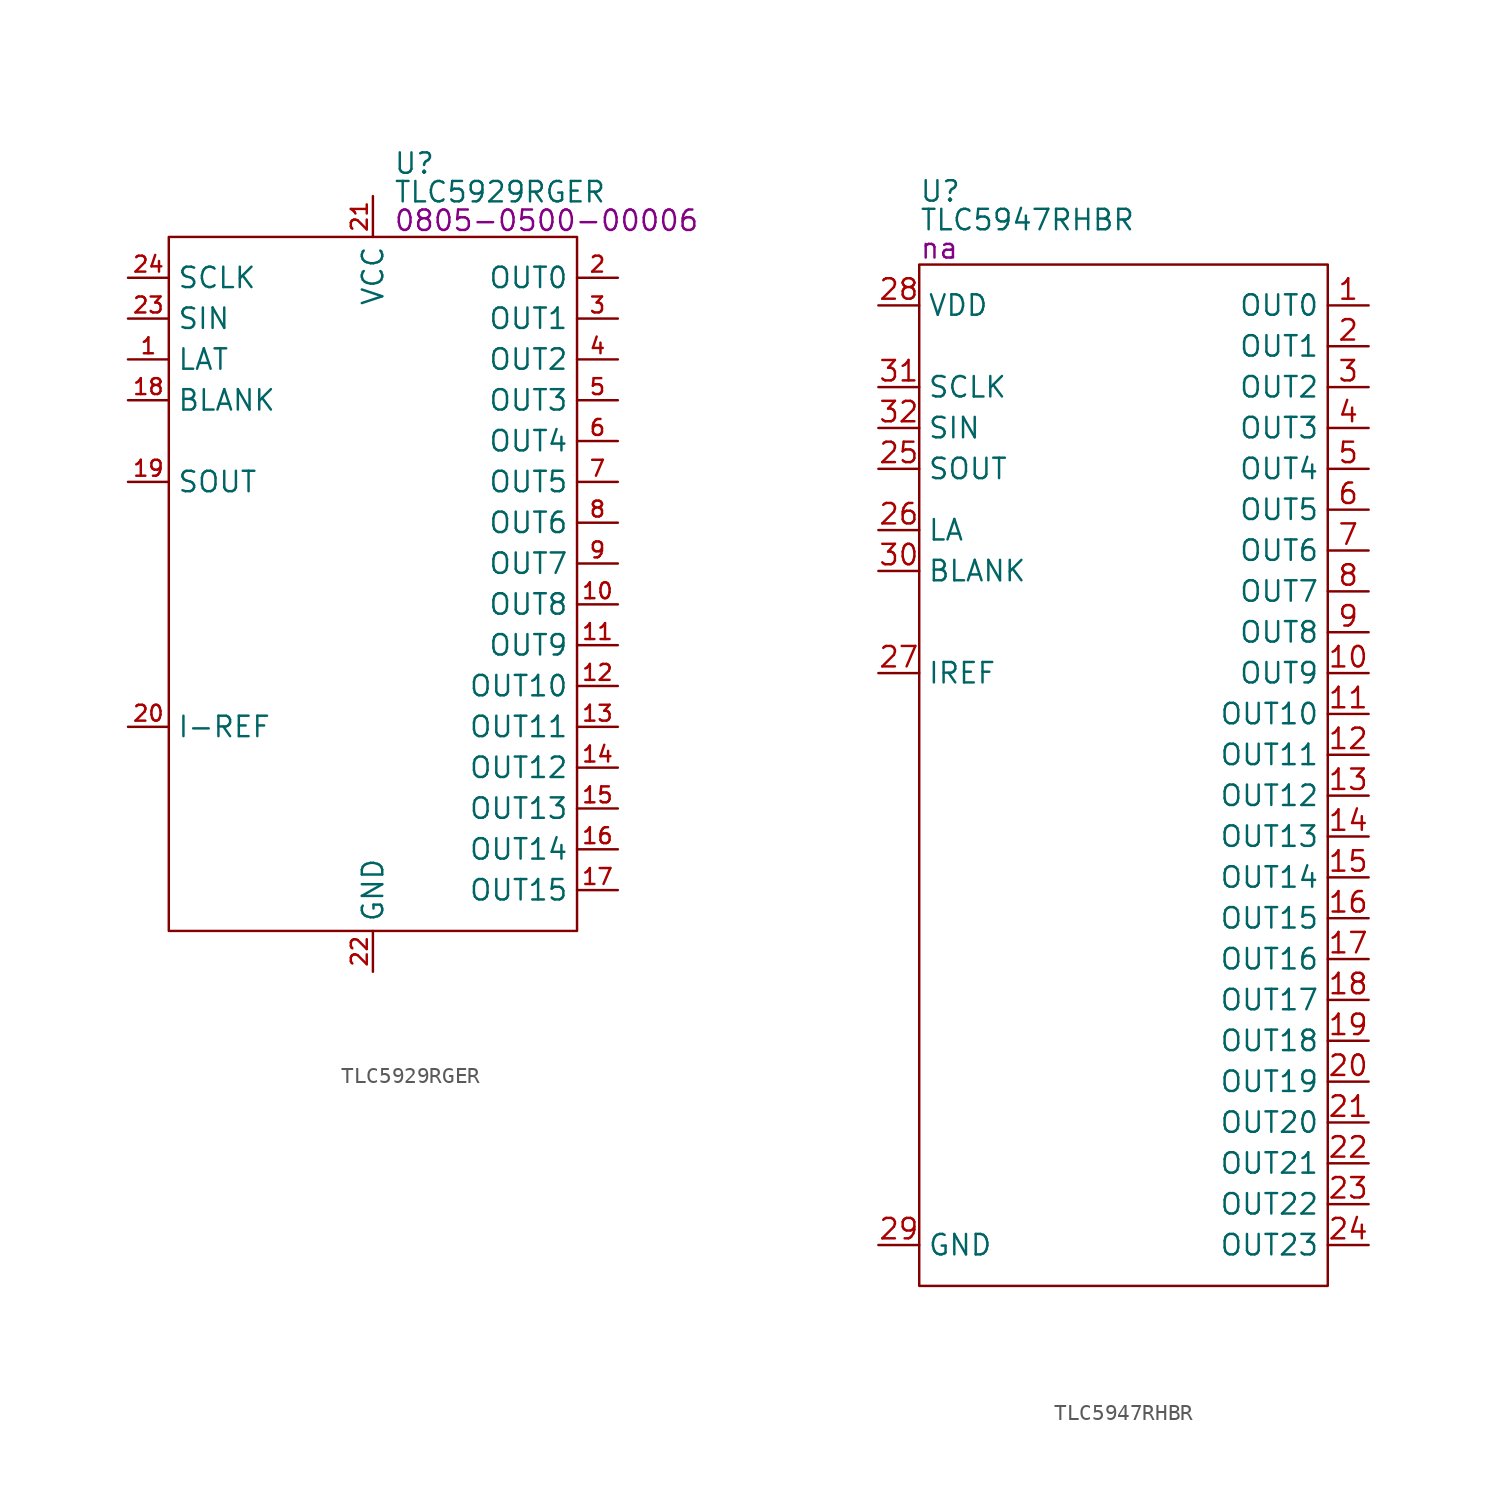
<source format=kicad_sym>
(kicad_symbol_lib
  (version 20231120)
  (generator "kicad_symbol_editor")
  (generator_version "8.0")
  (symbol "TLC5929RGER"
    (property "Reference" "U"
      (at 13.97 4.572 0)
      (effects (font (size 1.27 1.27)) (justify left)))
    (property "Value" "TLC5929RGER"
      (at 13.97 2.794 0)
      (effects (font (size 1.27 1.27)) (justify left)))
    (property "PartNumber" "0805-0500-00006"
      (at 13.97 1.016 0)
      (effects (font (size 1.27 1.27)) (justify left)))
    (symbol "TLC5929RGER_0_0"
      (pin input line (at -2.54 -7.62 0) (length 2.54) (name "LAT" (effects (font (size 1.27 1.27)))) (number "1" (effects (font (size 0.991 0.991)))))
      (pin output line (at 27.94 -22.86 180) (length 2.54) (name "OUT8" (effects (font (size 1.27 1.27)))) (number "10" (effects (font (size 0.991 0.991)))))
      (pin output line (at 27.94 -25.4 180) (length 2.54) (name "OUT9" (effects (font (size 1.27 1.27)))) (number "11" (effects (font (size 0.991 0.991)))))
      (pin output line (at 27.94 -27.94 180) (length 2.54) (name "OUT10" (effects (font (size 1.27 1.27)))) (number "12" (effects (font (size 0.991 0.991)))))
      (pin output line (at 27.94 -30.48 180) (length 2.54) (name "OUT11" (effects (font (size 1.27 1.27)))) (number "13" (effects (font (size 0.991 0.991)))))
      (pin output line (at 27.94 -33.02 180) (length 2.54) (name "OUT12" (effects (font (size 1.27 1.27)))) (number "14" (effects (font (size 0.991 0.991)))))
      (pin output line (at 27.94 -35.56 180) (length 2.54) (name "OUT13" (effects (font (size 1.27 1.27)))) (number "15" (effects (font (size 0.991 0.991)))))
      (pin output line (at 27.94 -38.1 180) (length 2.54) (name "OUT14" (effects (font (size 1.27 1.27)))) (number "16" (effects (font (size 0.991 0.991)))))
      (pin output line (at 27.94 -40.64 180) (length 2.54) (name "OUT15" (effects (font (size 1.27 1.27)))) (number "17" (effects (font (size 0.991 0.991)))))
      (pin input line (at -2.54 -10.16 0) (length 2.54) (name "BLANK" (effects (font (size 1.27 1.27)))) (number "18" (effects (font (size 0.991 0.991)))))
      (pin output line (at -2.54 -15.24 0) (length 2.54) (name "SOUT" (effects (font (size 1.27 1.27)))) (number "19" (effects (font (size 0.991 0.991)))))
      (pin output line (at 27.94 -2.54 180) (length 2.54) (name "OUT0" (effects (font (size 1.27 1.27)))) (number "2" (effects (font (size 0.991 0.991)))))
      (pin input line (at -2.54 -30.48 0) (length 2.54) (name "I-REF" (effects (font (size 1.27 1.27)))) (number "20" (effects (font (size 0.991 0.991)))))
      (pin power_in line (at 12.7 2.54 270) (length 2.54) (name "VCC" (effects (font (size 1.27 1.27)))) (number "21" (effects (font (size 0.991 0.991)))))
      (pin power_in line (at 12.7 -45.72 90) (length 2.54) (name "GND" (effects (font (size 1.27 1.27)))) (number "22" (effects (font (size 0.991 0.991)))))
      (pin input line (at -2.54 -5.08 0) (length 2.54) (name "SIN" (effects (font (size 1.27 1.27)))) (number "23" (effects (font (size 0.991 0.991)))))
      (pin input line (at -2.54 -2.54 0) (length 2.54) (name "SCLK" (effects (font (size 1.27 1.27)))) (number "24" (effects (font (size 0.991 0.991)))))
      (pin power_in line (at 12.7 -45.72 90) (length 2.54) hide (name "GND" (effects (font (size 1.27 1.27)))) (number "25" (effects (font (size 0.991 0.991)))))
      (pin output line (at 27.94 -5.08 180) (length 2.54) (name "OUT1" (effects (font (size 1.27 1.27)))) (number "3" (effects (font (size 0.991 0.991)))))
      (pin output line (at 27.94 -7.62 180) (length 2.54) (name "OUT2" (effects (font (size 1.27 1.27)))) (number "4" (effects (font (size 0.991 0.991)))))
      (pin output line (at 27.94 -10.16 180) (length 2.54) (name "OUT3" (effects (font (size 1.27 1.27)))) (number "5" (effects (font (size 0.991 0.991)))))
      (pin output line (at 27.94 -12.7 180) (length 2.54) (name "OUT4" (effects (font (size 1.27 1.27)))) (number "6" (effects (font (size 0.991 0.991)))))
      (pin output line (at 27.94 -15.24 180) (length 2.54) (name "OUT5" (effects (font (size 1.27 1.27)))) (number "7" (effects (font (size 0.991 0.991)))))
      (pin output line (at 27.94 -17.78 180) (length 2.54) (name "OUT6" (effects (font (size 1.27 1.27)))) (number "8" (effects (font (size 0.991 0.991)))))
      (pin output line (at 27.94 -20.32 180) (length 2.54) (name "OUT7" (effects (font (size 1.27 1.27)))) (number "9" (effects (font (size 0.991 0.991))))))
    (symbol "TLC5929RGER_0_1"
      (rectangle (start 0 0) (end 25.4 -43.18) (stroke (width 0) (type default)) (fill (type none)))))
  (symbol "TLC5947RHBR"
    (property "Reference" "U"
      (at 0 3.81 0)
      (effects (font (size 1.27 1.27)) (justify left bottom)))
    (property "Value" "TLC5947RHBR"
      (at 0 2.032 0)
      (effects (font (size 1.27 1.27)) (justify left bottom)))
    (property "PartNumber" "na"
      (at 0 1.016 0)
      (effects (font (size 1.27 1.27)) (justify left)))
    (symbol "TLC5947RHBR_0_0"
      (pin output line (at 27.94 -2.54 180) (length 2.54) (name "OUT0" (effects (font (size 1.27 1.27)))) (number "1" (effects (font (size 1.27 1.27)))))
      (pin output line (at 27.94 -25.4 180) (length 2.54) (name "OUT9" (effects (font (size 1.27 1.27)))) (number "10" (effects (font (size 1.27 1.27)))))
      (pin output line (at 27.94 -27.94 180) (length 2.54) (name "OUT10" (effects (font (size 1.27 1.27)))) (number "11" (effects (font (size 1.27 1.27)))))
      (pin output line (at 27.94 -30.48 180) (length 2.54) (name "OUT11" (effects (font (size 1.27 1.27)))) (number "12" (effects (font (size 1.27 1.27)))))
      (pin output line (at 27.94 -33.02 180) (length 2.54) (name "OUT12" (effects (font (size 1.27 1.27)))) (number "13" (effects (font (size 1.27 1.27)))))
      (pin output line (at 27.94 -35.56 180) (length 2.54) (name "OUT13" (effects (font (size 1.27 1.27)))) (number "14" (effects (font (size 1.27 1.27)))))
      (pin output line (at 27.94 -38.1 180) (length 2.54) (name "OUT14" (effects (font (size 1.27 1.27)))) (number "15" (effects (font (size 1.27 1.27)))))
      (pin output line (at 27.94 -40.64 180) (length 2.54) (name "OUT15" (effects (font (size 1.27 1.27)))) (number "16" (effects (font (size 1.27 1.27)))))
      (pin output line (at 27.94 -43.18 180) (length 2.54) (name "OUT16" (effects (font (size 1.27 1.27)))) (number "17" (effects (font (size 1.27 1.27)))))
      (pin output line (at 27.94 -45.72 180) (length 2.54) (name "OUT17" (effects (font (size 1.27 1.27)))) (number "18" (effects (font (size 1.27 1.27)))))
      (pin output line (at 27.94 -48.26 180) (length 2.54) (name "OUT18" (effects (font (size 1.27 1.27)))) (number "19" (effects (font (size 1.27 1.27)))))
      (pin output line (at 27.94 -5.08 180) (length 2.54) (name "OUT1" (effects (font (size 1.27 1.27)))) (number "2" (effects (font (size 1.27 1.27)))))
      (pin output line (at 27.94 -50.8 180) (length 2.54) (name "OUT19" (effects (font (size 1.27 1.27)))) (number "20" (effects (font (size 1.27 1.27)))))
      (pin output line (at 27.94 -53.34 180) (length 2.54) (name "OUT20" (effects (font (size 1.27 1.27)))) (number "21" (effects (font (size 1.27 1.27)))))
      (pin output line (at 27.94 -55.88 180) (length 2.54) (name "OUT21" (effects (font (size 1.27 1.27)))) (number "22" (effects (font (size 1.27 1.27)))))
      (pin output line (at 27.94 -58.42 180) (length 2.54) (name "OUT22" (effects (font (size 1.27 1.27)))) (number "23" (effects (font (size 1.27 1.27)))))
      (pin output line (at 27.94 -60.96 180) (length 2.54) (name "OUT23" (effects (font (size 1.27 1.27)))) (number "24" (effects (font (size 1.27 1.27)))))
      (pin output line (at -2.54 -12.7 0) (length 2.54) (name "SOUT" (effects (font (size 1.27 1.27)))) (number "25" (effects (font (size 1.27 1.27)))))
      (pin input line (at -2.54 -16.51 0) (length 2.54) (name "LA" (effects (font (size 1.27 1.27)))) (number "26" (effects (font (size 1.27 1.27)))))
      (pin input line (at -2.54 -25.4 0) (length 2.54) (name "IREF" (effects (font (size 1.27 1.27)))) (number "27" (effects (font (size 1.27 1.27)))))
      (pin power_in line (at -2.54 -2.54 0) (length 2.54) (name "VDD" (effects (font (size 1.27 1.27)))) (number "28" (effects (font (size 1.27 1.27)))))
      (pin power_in line (at -2.54 -60.96 0) (length 2.54) (name "GND" (effects (font (size 1.27 1.27)))) (number "29" (effects (font (size 1.27 1.27)))))
      (pin output line (at 27.94 -7.62 180) (length 2.54) (name "OUT2" (effects (font (size 1.27 1.27)))) (number "3" (effects (font (size 1.27 1.27)))))
      (pin input line (at -2.54 -19.05 0) (length 2.54) (name "BLANK" (effects (font (size 1.27 1.27)))) (number "30" (effects (font (size 1.27 1.27)))))
      (pin input line (at -2.54 -7.62 0) (length 2.54) (name "SCLK" (effects (font (size 1.27 1.27)))) (number "31" (effects (font (size 1.27 1.27)))))
      (pin input line (at -2.54 -10.16 0) (length 2.54) (name "SIN" (effects (font (size 1.27 1.27)))) (number "32" (effects (font (size 1.27 1.27)))))
      (pin output line (at 27.94 -10.16 180) (length 2.54) (name "OUT3" (effects (font (size 1.27 1.27)))) (number "4" (effects (font (size 1.27 1.27)))))
      (pin output line (at 27.94 -12.7 180) (length 2.54) (name "OUT4" (effects (font (size 1.27 1.27)))) (number "5" (effects (font (size 1.27 1.27)))))
      (pin output line (at 27.94 -15.24 180) (length 2.54) (name "OUT5" (effects (font (size 1.27 1.27)))) (number "6" (effects (font (size 1.27 1.27)))))
      (pin output line (at 27.94 -17.78 180) (length 2.54) (name "OUT6" (effects (font (size 1.27 1.27)))) (number "7" (effects (font (size 1.27 1.27)))))
      (pin output line (at 27.94 -20.32 180) (length 2.54) (name "OUT7" (effects (font (size 1.27 1.27)))) (number "8" (effects (font (size 1.27 1.27)))))
      (pin output line (at 27.94 -22.86 180) (length 2.54) (name "OUT8" (effects (font (size 1.27 1.27)))) (number "9" (effects (font (size 1.27 1.27))))))
    (symbol "TLC5947RHBR_1_0"
      (pin power_in line (at -2.54 -60.96 0) (length 2.54) hide (name "GND" (effects (font (size 1.27 1.27)))) (number "33" (effects (font (size 1.27 1.27))))))
    (symbol "TLC5947RHBR_1_1"
      (rectangle (start 0 0) (end 25.4 -63.5) (stroke (width 0) (type default)) (fill (type none))))))
</source>
